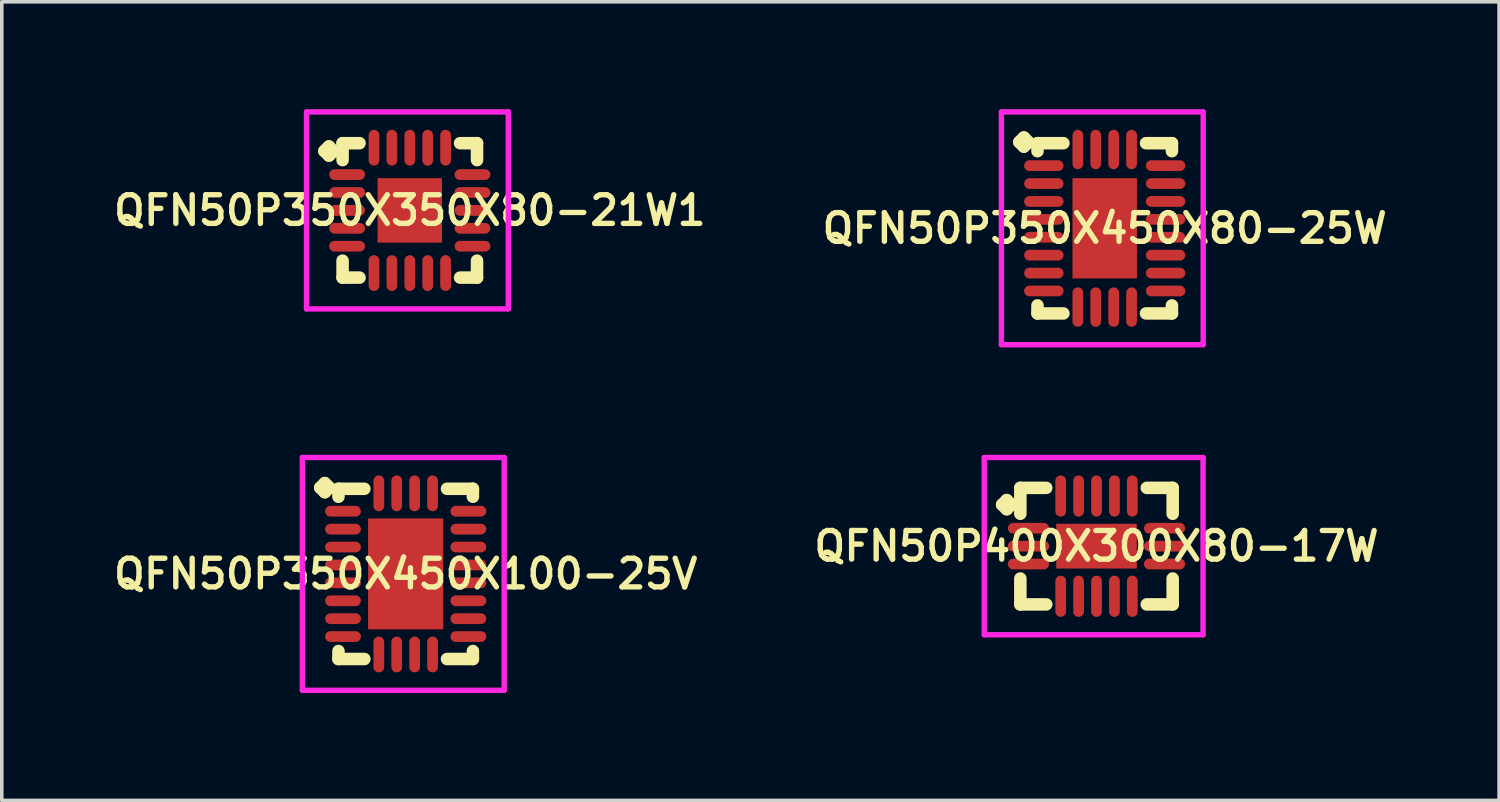
<source format=kicad_pcb>
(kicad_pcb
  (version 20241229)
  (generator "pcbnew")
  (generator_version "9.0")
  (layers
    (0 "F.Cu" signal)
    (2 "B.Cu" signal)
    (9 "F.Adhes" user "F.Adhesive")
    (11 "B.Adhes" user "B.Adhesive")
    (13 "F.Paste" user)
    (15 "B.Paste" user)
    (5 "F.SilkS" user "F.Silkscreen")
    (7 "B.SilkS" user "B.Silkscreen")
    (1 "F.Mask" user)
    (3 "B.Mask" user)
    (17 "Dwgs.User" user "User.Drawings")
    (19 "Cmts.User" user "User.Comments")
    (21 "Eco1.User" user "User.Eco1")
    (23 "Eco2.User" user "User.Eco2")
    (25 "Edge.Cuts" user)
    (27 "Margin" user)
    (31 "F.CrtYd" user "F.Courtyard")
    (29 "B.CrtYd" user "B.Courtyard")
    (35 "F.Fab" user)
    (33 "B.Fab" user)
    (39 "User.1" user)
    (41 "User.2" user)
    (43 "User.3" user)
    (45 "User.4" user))
  (footprint "QFN50P350X450X80-25W"
    (layer "F.Cu")
    (at 27.797 3.325)
    (property "Reference" "QFN50P350X450X80-25W" (at 0 0 0) (layer "F.SilkS") (effects (font (size 0.8 0.8) (thickness 0.15))))
    (attr smd)
    (fp_line (start -2.385 -2.408) (end -2.258 -2.535) (stroke (width 0.35) (type solid)) (layer "F.SilkS"))
    (fp_line (start -2.258 -2.535) (end -2.131 -2.408) (stroke (width 0.35) (type solid)) (layer "F.SilkS"))
    (fp_line (start -2.258 -2.281) (end -2.385 -2.408) (stroke (width 0.35) (type solid)) (layer "F.SilkS"))
    (fp_line (start -2.131 -2.408) (end -2.258 -2.281) (stroke (width 0.35) (type solid)) (layer "F.SilkS"))
    (fp_line (start -1.877 -2.377) (end -1.154 -2.377) (stroke (width 0.35) (type solid)) (layer "F.SilkS"))
    (fp_line (start -1.877 -2.154) (end -1.877 -2.377) (stroke (width 0.35) (type solid)) (layer "F.SilkS"))
    (fp_line (start -1.877 2.154) (end -1.877 2.377) (stroke (width 0.35) (type solid)) (layer "F.SilkS"))
    (fp_line (start -1.877 2.377) (end -1.154 2.377) (stroke (width 0.35) (type solid)) (layer "F.SilkS"))
    (fp_line (start 1.154 -2.377) (end 1.877 -2.377) (stroke (width 0.35) (type solid)) (layer "F.SilkS"))
    (fp_line (start 1.154 2.377) (end 1.877 2.377) (stroke (width 0.35) (type solid)) (layer "F.SilkS"))
    (fp_line (start 1.877 -2.377) (end 1.877 -2.154) (stroke (width 0.35) (type solid)) (layer "F.SilkS"))
    (fp_line (start 1.877 2.377) (end 1.877 2.154) (stroke (width 0.35) (type solid)) (layer "F.SilkS"))
    (fp_line (start -2.885 -3.25) (end 2.75 -3.25) (stroke (width 0.15) (type solid)) (layer "F.CrtYd"))
    (fp_line (start -2.885 3.25) (end -2.885 -3.25) (stroke (width 0.15) (type solid)) (layer "F.CrtYd"))
    (fp_line (start 2.75 -3.25) (end 2.75 3.25) (stroke (width 0.15) (type solid)) (layer "F.CrtYd"))
    (fp_line (start 2.75 3.25) (end -2.885 3.25) (stroke (width 0.15) (type solid)) (layer "F.CrtYd"))
    (pad "1" smd oval (at -1.7 -1.75) (size 1.1 0.3) (layers "F.Cu" "F.Mask" "F.Paste"))
    (pad "2" smd oval (at -1.7 -1.25) (size 1.1 0.3) (layers "F.Cu" "F.Mask" "F.Paste"))
    (pad "3" smd oval (at -1.7 -0.75) (size 1.1 0.3) (layers "F.Cu" "F.Mask" "F.Paste"))
    (pad "4" smd oval (at -1.7 -0.25) (size 1.1 0.3) (layers "F.Cu" "F.Mask" "F.Paste"))
    (pad "5" smd oval (at -1.7 0.25) (size 1.1 0.3) (layers "F.Cu" "F.Mask" "F.Paste"))
    (pad "6" smd oval (at -1.7 0.75) (size 1.1 0.3) (layers "F.Cu" "F.Mask" "F.Paste"))
    (pad "7" smd oval (at -1.7 1.25) (size 1.1 0.3) (layers "F.Cu" "F.Mask" "F.Paste"))
    (pad "8" smd oval (at -1.7 1.75) (size 1.1 0.3) (layers "F.Cu" "F.Mask" "F.Paste"))
    (pad "9" smd oval (at -0.75 2.2) (size 0.3 1.1) (layers "F.Cu" "F.Mask" "F.Paste"))
    (pad "10" smd oval (at -0.25 2.2) (size 0.3 1.1) (layers "F.Cu" "F.Mask" "F.Paste"))
    (pad "11" smd oval (at 0.25 2.2) (size 0.3 1.1) (layers "F.Cu" "F.Mask" "F.Paste"))
    (pad "12" smd oval (at 0.75 2.2) (size 0.3 1.1) (layers "F.Cu" "F.Mask" "F.Paste"))
    (pad "13" smd oval (at 1.7 1.75) (size 1.1 0.3) (layers "F.Cu" "F.Mask" "F.Paste"))
    (pad "14" smd oval (at 1.7 1.25) (size 1.1 0.3) (layers "F.Cu" "F.Mask" "F.Paste"))
    (pad "15" smd oval (at 1.7 0.75) (size 1.1 0.3) (layers "F.Cu" "F.Mask" "F.Paste"))
    (pad "16" smd oval (at 1.7 0.25) (size 1.1 0.3) (layers "F.Cu" "F.Mask" "F.Paste"))
    (pad "17" smd oval (at 1.7 -0.25) (size 1.1 0.3) (layers "F.Cu" "F.Mask" "F.Paste"))
    (pad "18" smd oval (at 1.7 -0.75) (size 1.1 0.3) (layers "F.Cu" "F.Mask" "F.Paste"))
    (pad "19" smd oval (at 1.7 -1.25) (size 1.1 0.3) (layers "F.Cu" "F.Mask" "F.Paste"))
    (pad "20" smd oval (at 1.7 -1.75) (size 1.1 0.3) (layers "F.Cu" "F.Mask" "F.Paste"))
    (pad "21" smd oval (at 0.75 -2.2) (size 0.3 1.1) (layers "F.Cu" "F.Mask" "F.Paste"))
    (pad "22" smd oval (at 0.25 -2.2) (size 0.3 1.1) (layers "F.Cu" "F.Mask" "F.Paste"))
    (pad "23" smd oval (at -0.25 -2.2) (size 0.3 1.1) (layers "F.Cu" "F.Mask" "F.Paste"))
    (pad "24" smd oval (at -0.75 -2.2) (size 0.3 1.1) (layers "F.Cu" "F.Mask" "F.Paste"))
    (pad "25" smd rect (at 0 0) (size 1.8 2.8) (layers "F.Cu" "F.Mask" "F.Paste")))
  (footprint "QFN50P400X300X80-17W"
    (layer "F.Cu")
    (at 27.568 12.2)
    (property "Reference" "QFN50P400X300X80-17W" (at 0 0 0) (layer "F.SilkS") (effects (font (size 0.8 0.8) (thickness 0.15))))
    (attr smd)
    (fp_line (start -2.635 -1.158) (end -2.508 -1.285) (stroke (width 0.35) (type solid)) (layer "F.SilkS"))
    (fp_line (start -2.508 -1.285) (end -2.381 -1.158) (stroke (width 0.35) (type solid)) (layer "F.SilkS"))
    (fp_line (start -2.508 -1.031) (end -2.635 -1.158) (stroke (width 0.35) (type solid)) (layer "F.SilkS"))
    (fp_line (start -2.381 -1.158) (end -2.508 -1.031) (stroke (width 0.35) (type solid)) (layer "F.SilkS"))
    (fp_line (start -2.127 -1.627) (end -1.404 -1.627) (stroke (width 0.35) (type solid)) (layer "F.SilkS"))
    (fp_line (start -2.127 -0.904) (end -2.127 -1.627) (stroke (width 0.35) (type solid)) (layer "F.SilkS"))
    (fp_line (start -2.127 0.904) (end -2.127 1.627) (stroke (width 0.35) (type solid)) (layer "F.SilkS"))
    (fp_line (start -2.127 1.627) (end -1.404 1.627) (stroke (width 0.35) (type solid)) (layer "F.SilkS"))
    (fp_line (start 1.404 -1.627) (end 2.127 -1.627) (stroke (width 0.35) (type solid)) (layer "F.SilkS"))
    (fp_line (start 1.404 1.627) (end 2.127 1.627) (stroke (width 0.35) (type solid)) (layer "F.SilkS"))
    (fp_line (start 2.127 -1.627) (end 2.127 -0.904) (stroke (width 0.35) (type solid)) (layer "F.SilkS"))
    (fp_line (start 2.127 1.627) (end 2.127 0.904) (stroke (width 0.35) (type solid)) (layer "F.SilkS"))
    (fp_line (start -3.135 -2.475) (end 2.975 -2.475) (stroke (width 0.15) (type solid)) (layer "F.CrtYd"))
    (fp_line (start -3.135 2.475) (end -3.135 -2.475) (stroke (width 0.15) (type solid)) (layer "F.CrtYd"))
    (fp_line (start 2.975 -2.475) (end 2.975 2.475) (stroke (width 0.15) (type solid)) (layer "F.CrtYd"))
    (fp_line (start 2.975 2.475) (end -3.135 2.475) (stroke (width 0.15) (type solid)) (layer "F.CrtYd"))
    (pad "1" smd oval (at -1.9 -0.5) (size 1.15 0.3) (layers "F.Cu" "F.Mask" "F.Paste"))
    (pad "2" smd oval (at -1.9 0) (size 1.15 0.3) (layers "F.Cu" "F.Mask" "F.Paste"))
    (pad "3" smd oval (at -1.9 0.5) (size 1.15 0.3) (layers "F.Cu" "F.Mask" "F.Paste"))
    (pad "4" smd oval (at -1 1.4) (size 0.3 1.15) (layers "F.Cu" "F.Mask" "F.Paste"))
    (pad "5" smd oval (at -0.5 1.4) (size 0.3 1.15) (layers "F.Cu" "F.Mask" "F.Paste"))
    (pad "6" smd oval (at 0 1.4) (size 0.3 1.15) (layers "F.Cu" "F.Mask" "F.Paste"))
    (pad "7" smd oval (at 0.5 1.4) (size 0.3 1.15) (layers "F.Cu" "F.Mask" "F.Paste"))
    (pad "8" smd oval (at 1 1.4) (size 0.3 1.15) (layers "F.Cu" "F.Mask" "F.Paste"))
    (pad "9" smd oval (at 1.9 0.5) (size 1.15 0.3) (layers "F.Cu" "F.Mask" "F.Paste"))
    (pad "10" smd oval (at 1.9 0) (size 1.15 0.3) (layers "F.Cu" "F.Mask" "F.Paste"))
    (pad "11" smd oval (at 1.9 -0.5) (size 1.15 0.3) (layers "F.Cu" "F.Mask" "F.Paste"))
    (pad "12" smd oval (at 1 -1.4) (size 0.3 1.15) (layers "F.Cu" "F.Mask" "F.Paste"))
    (pad "13" smd oval (at 0.5 -1.4) (size 0.3 1.15) (layers "F.Cu" "F.Mask" "F.Paste"))
    (pad "14" smd oval (at 0 -1.4) (size 0.3 1.15) (layers "F.Cu" "F.Mask" "F.Paste"))
    (pad "15" smd oval (at -0.5 -1.4) (size 0.3 1.15) (layers "F.Cu" "F.Mask" "F.Paste"))
    (pad "16" smd oval (at -1 -1.4) (size 0.3 1.15) (layers "F.Cu" "F.Mask" "F.Paste"))
    (pad "17" smd rect (at 0 0) (size 2.25 1.25) (layers "F.Cu" "F.Mask" "F.Paste")))
  (footprint "QFN50P350X350X80-21W1"
    (layer "F.Cu")
    (at 8.393 2.825)
    (property "Reference" "QFN50P350X350X80-21W1" (at 0 0 0) (layer "F.SilkS") (effects (font (size 0.8 0.8) (thickness 0.15))))
    (attr smd)
    (fp_line (start -2.385 -1.658) (end -2.258 -1.785) (stroke (width 0.35) (type solid)) (layer "F.SilkS"))
    (fp_line (start -2.258 -1.785) (end -2.131 -1.658) (stroke (width 0.35) (type solid)) (layer "F.SilkS"))
    (fp_line (start -2.258 -1.531) (end -2.385 -1.658) (stroke (width 0.35) (type solid)) (layer "F.SilkS"))
    (fp_line (start -2.131 -1.658) (end -2.258 -1.531) (stroke (width 0.35) (type solid)) (layer "F.SilkS"))
    (fp_line (start -1.877 -1.877) (end -1.404 -1.877) (stroke (width 0.35) (type solid)) (layer "F.SilkS"))
    (fp_line (start -1.877 -1.404) (end -1.877 -1.877) (stroke (width 0.35) (type solid)) (layer "F.SilkS"))
    (fp_line (start -1.877 1.404) (end -1.877 1.877) (stroke (width 0.35) (type solid)) (layer "F.SilkS"))
    (fp_line (start -1.877 1.877) (end -1.404 1.877) (stroke (width 0.35) (type solid)) (layer "F.SilkS"))
    (fp_line (start 1.404 -1.877) (end 1.877 -1.877) (stroke (width 0.35) (type solid)) (layer "F.SilkS"))
    (fp_line (start 1.404 1.877) (end 1.877 1.877) (stroke (width 0.35) (type solid)) (layer "F.SilkS"))
    (fp_line (start 1.877 -1.877) (end 1.877 -1.404) (stroke (width 0.35) (type solid)) (layer "F.SilkS"))
    (fp_line (start 1.877 1.877) (end 1.877 1.404) (stroke (width 0.35) (type solid)) (layer "F.SilkS"))
    (fp_line (start -2.885 -2.75) (end 2.75 -2.75) (stroke (width 0.15) (type solid)) (layer "F.CrtYd"))
    (fp_line (start -2.885 2.75) (end -2.885 -2.75) (stroke (width 0.15) (type solid)) (layer "F.CrtYd"))
    (fp_line (start 2.75 -2.75) (end 2.75 2.75) (stroke (width 0.15) (type solid)) (layer "F.CrtYd"))
    (fp_line (start 2.75 2.75) (end -2.885 2.75) (stroke (width 0.15) (type solid)) (layer "F.CrtYd"))
    (pad "1" smd oval (at -1.75 -1) (size 1 0.3) (layers "F.Cu" "F.Mask" "F.Paste"))
    (pad "2" smd oval (at -1.75 -0.5) (size 1 0.3) (layers "F.Cu" "F.Mask" "F.Paste"))
    (pad "3" smd oval (at -1.75 0) (size 1 0.3) (layers "F.Cu" "F.Mask" "F.Paste"))
    (pad "4" smd oval (at -1.75 0.5) (size 1 0.3) (layers "F.Cu" "F.Mask" "F.Paste"))
    (pad "5" smd oval (at -1.75 1) (size 1 0.3) (layers "F.Cu" "F.Mask" "F.Paste"))
    (pad "6" smd oval (at -1 1.75) (size 0.3 1) (layers "F.Cu" "F.Mask" "F.Paste"))
    (pad "7" smd oval (at -0.5 1.75) (size 0.3 1) (layers "F.Cu" "F.Mask" "F.Paste"))
    (pad "8" smd oval (at 0 1.75) (size 0.3 1) (layers "F.Cu" "F.Mask" "F.Paste"))
    (pad "9" smd oval (at 0.5 1.75) (size 0.3 1) (layers "F.Cu" "F.Mask" "F.Paste"))
    (pad "10" smd oval (at 1 1.75) (size 0.3 1) (layers "F.Cu" "F.Mask" "F.Paste"))
    (pad "11" smd oval (at 1.75 1) (size 1 0.3) (layers "F.Cu" "F.Mask" "F.Paste"))
    (pad "12" smd oval (at 1.75 0.5) (size 1 0.3) (layers "F.Cu" "F.Mask" "F.Paste"))
    (pad "13" smd oval (at 1.75 0) (size 1 0.3) (layers "F.Cu" "F.Mask" "F.Paste"))
    (pad "14" smd oval (at 1.75 -0.5) (size 1 0.3) (layers "F.Cu" "F.Mask" "F.Paste"))
    (pad "15" smd oval (at 1.75 -1) (size 1 0.3) (layers "F.Cu" "F.Mask" "F.Paste"))
    (pad "16" smd oval (at 1 -1.75) (size 0.3 1) (layers "F.Cu" "F.Mask" "F.Paste"))
    (pad "17" smd oval (at 0.5 -1.75) (size 0.3 1) (layers "F.Cu" "F.Mask" "F.Paste"))
    (pad "18" smd oval (at 0 -1.75) (size 0.3 1) (layers "F.Cu" "F.Mask" "F.Paste"))
    (pad "19" smd oval (at -0.5 -1.75) (size 0.3 1) (layers "F.Cu" "F.Mask" "F.Paste"))
    (pad "20" smd oval (at -1 -1.75) (size 0.3 1) (layers "F.Cu" "F.Mask" "F.Paste"))
    (pad "21" smd rect (at 0 0) (size 1.8 1.8) (layers "F.Cu" "F.Mask" "F.Paste")))
  (footprint "QFN50P350X450X100-25V"
    (layer "F.Cu")
    (at 8.278 12.975)
    (property "Reference" "QFN50P350X450X100-25V" (at 0 0 0) (layer "F.SilkS") (effects (font (size 0.8 0.8) (thickness 0.15))))
    (attr smd)
    (fp_line (start -2.385 -2.408) (end -2.258 -2.535) (stroke (width 0.35) (type solid)) (layer "F.SilkS"))
    (fp_line (start -2.258 -2.535) (end -2.131 -2.408) (stroke (width 0.35) (type solid)) (layer "F.SilkS"))
    (fp_line (start -2.258 -2.281) (end -2.385 -2.408) (stroke (width 0.35) (type solid)) (layer "F.SilkS"))
    (fp_line (start -2.131 -2.408) (end -2.258 -2.281) (stroke (width 0.35) (type solid)) (layer "F.SilkS"))
    (fp_line (start -1.877 -2.377) (end -1.154 -2.377) (stroke (width 0.35) (type solid)) (layer "F.SilkS"))
    (fp_line (start -1.877 -2.154) (end -1.877 -2.377) (stroke (width 0.35) (type solid)) (layer "F.SilkS"))
    (fp_line (start -1.877 2.154) (end -1.877 2.377) (stroke (width 0.35) (type solid)) (layer "F.SilkS"))
    (fp_line (start -1.877 2.377) (end -1.154 2.377) (stroke (width 0.35) (type solid)) (layer "F.SilkS"))
    (fp_line (start 1.154 -2.377) (end 1.877 -2.377) (stroke (width 0.35) (type solid)) (layer "F.SilkS"))
    (fp_line (start 1.154 2.377) (end 1.877 2.377) (stroke (width 0.35) (type solid)) (layer "F.SilkS"))
    (fp_line (start 1.877 -2.377) (end 1.877 -2.154) (stroke (width 0.35) (type solid)) (layer "F.SilkS"))
    (fp_line (start 1.877 2.377) (end 1.877 2.154) (stroke (width 0.35) (type solid)) (layer "F.SilkS"))
    (fp_line (start -2.885 -3.25) (end 2.75 -3.25) (stroke (width 0.15) (type solid)) (layer "F.CrtYd"))
    (fp_line (start -2.885 3.25) (end -2.885 -3.25) (stroke (width 0.15) (type solid)) (layer "F.CrtYd"))
    (fp_line (start 2.75 -3.25) (end 2.75 3.25) (stroke (width 0.15) (type solid)) (layer "F.CrtYd"))
    (fp_line (start 2.75 3.25) (end -2.885 3.25) (stroke (width 0.15) (type solid)) (layer "F.CrtYd"))
    (pad "1" smd oval (at -1.75 -1.75) (size 1 0.3) (layers "F.Cu" "F.Mask" "F.Paste"))
    (pad "2" smd oval (at -1.75 -1.25) (size 1 0.3) (layers "F.Cu" "F.Mask" "F.Paste"))
    (pad "3" smd oval (at -1.75 -0.75) (size 1 0.3) (layers "F.Cu" "F.Mask" "F.Paste"))
    (pad "4" smd oval (at -1.75 -0.25) (size 1 0.3) (layers "F.Cu" "F.Mask" "F.Paste"))
    (pad "5" smd oval (at -1.75 0.25) (size 1 0.3) (layers "F.Cu" "F.Mask" "F.Paste"))
    (pad "6" smd oval (at -1.75 0.75) (size 1 0.3) (layers "F.Cu" "F.Mask" "F.Paste"))
    (pad "7" smd oval (at -1.75 1.25) (size 1 0.3) (layers "F.Cu" "F.Mask" "F.Paste"))
    (pad "8" smd oval (at -1.75 1.75) (size 1 0.3) (layers "F.Cu" "F.Mask" "F.Paste"))
    (pad "9" smd oval (at -0.75 2.25) (size 0.3 1) (layers "F.Cu" "F.Mask" "F.Paste"))
    (pad "10" smd oval (at -0.25 2.25) (size 0.3 1) (layers "F.Cu" "F.Mask" "F.Paste"))
    (pad "11" smd oval (at 0.25 2.25) (size 0.3 1) (layers "F.Cu" "F.Mask" "F.Paste"))
    (pad "12" smd oval (at 0.75 2.25) (size 0.3 1) (layers "F.Cu" "F.Mask" "F.Paste"))
    (pad "13" smd oval (at 1.75 1.75) (size 1 0.3) (layers "F.Cu" "F.Mask" "F.Paste"))
    (pad "14" smd oval (at 1.75 1.25) (size 1 0.3) (layers "F.Cu" "F.Mask" "F.Paste"))
    (pad "15" smd oval (at 1.75 0.75) (size 1 0.3) (layers "F.Cu" "F.Mask" "F.Paste"))
    (pad "16" smd oval (at 1.75 0.25) (size 1 0.3) (layers "F.Cu" "F.Mask" "F.Paste"))
    (pad "17" smd oval (at 1.75 -0.25) (size 1 0.3) (layers "F.Cu" "F.Mask" "F.Paste"))
    (pad "18" smd oval (at 1.75 -0.75) (size 1 0.3) (layers "F.Cu" "F.Mask" "F.Paste"))
    (pad "19" smd oval (at 1.75 -1.25) (size 1 0.3) (layers "F.Cu" "F.Mask" "F.Paste"))
    (pad "20" smd oval (at 1.75 -1.75) (size 1 0.3) (layers "F.Cu" "F.Mask" "F.Paste"))
    (pad "21" smd oval (at 0.75 -2.25) (size 0.3 1) (layers "F.Cu" "F.Mask" "F.Paste"))
    (pad "22" smd oval (at 0.25 -2.25) (size 0.3 1) (layers "F.Cu" "F.Mask" "F.Paste"))
    (pad "23" smd oval (at -0.25 -2.25) (size 0.3 1) (layers "F.Cu" "F.Mask" "F.Paste"))
    (pad "24" smd oval (at -0.75 -2.25) (size 0.3 1) (layers "F.Cu" "F.Mask" "F.Paste"))
    (pad "25" smd rect (at 0 0) (size 2.1 3.1) (layers "F.Cu" "F.Mask" "F.Paste")))
  (gr_rect
    (start -3 -3)
    (end 38.809 19.3)
    (stroke (width 0.1) (type default))
    (fill no)
    (layer "Edge.Cuts")))
</source>
